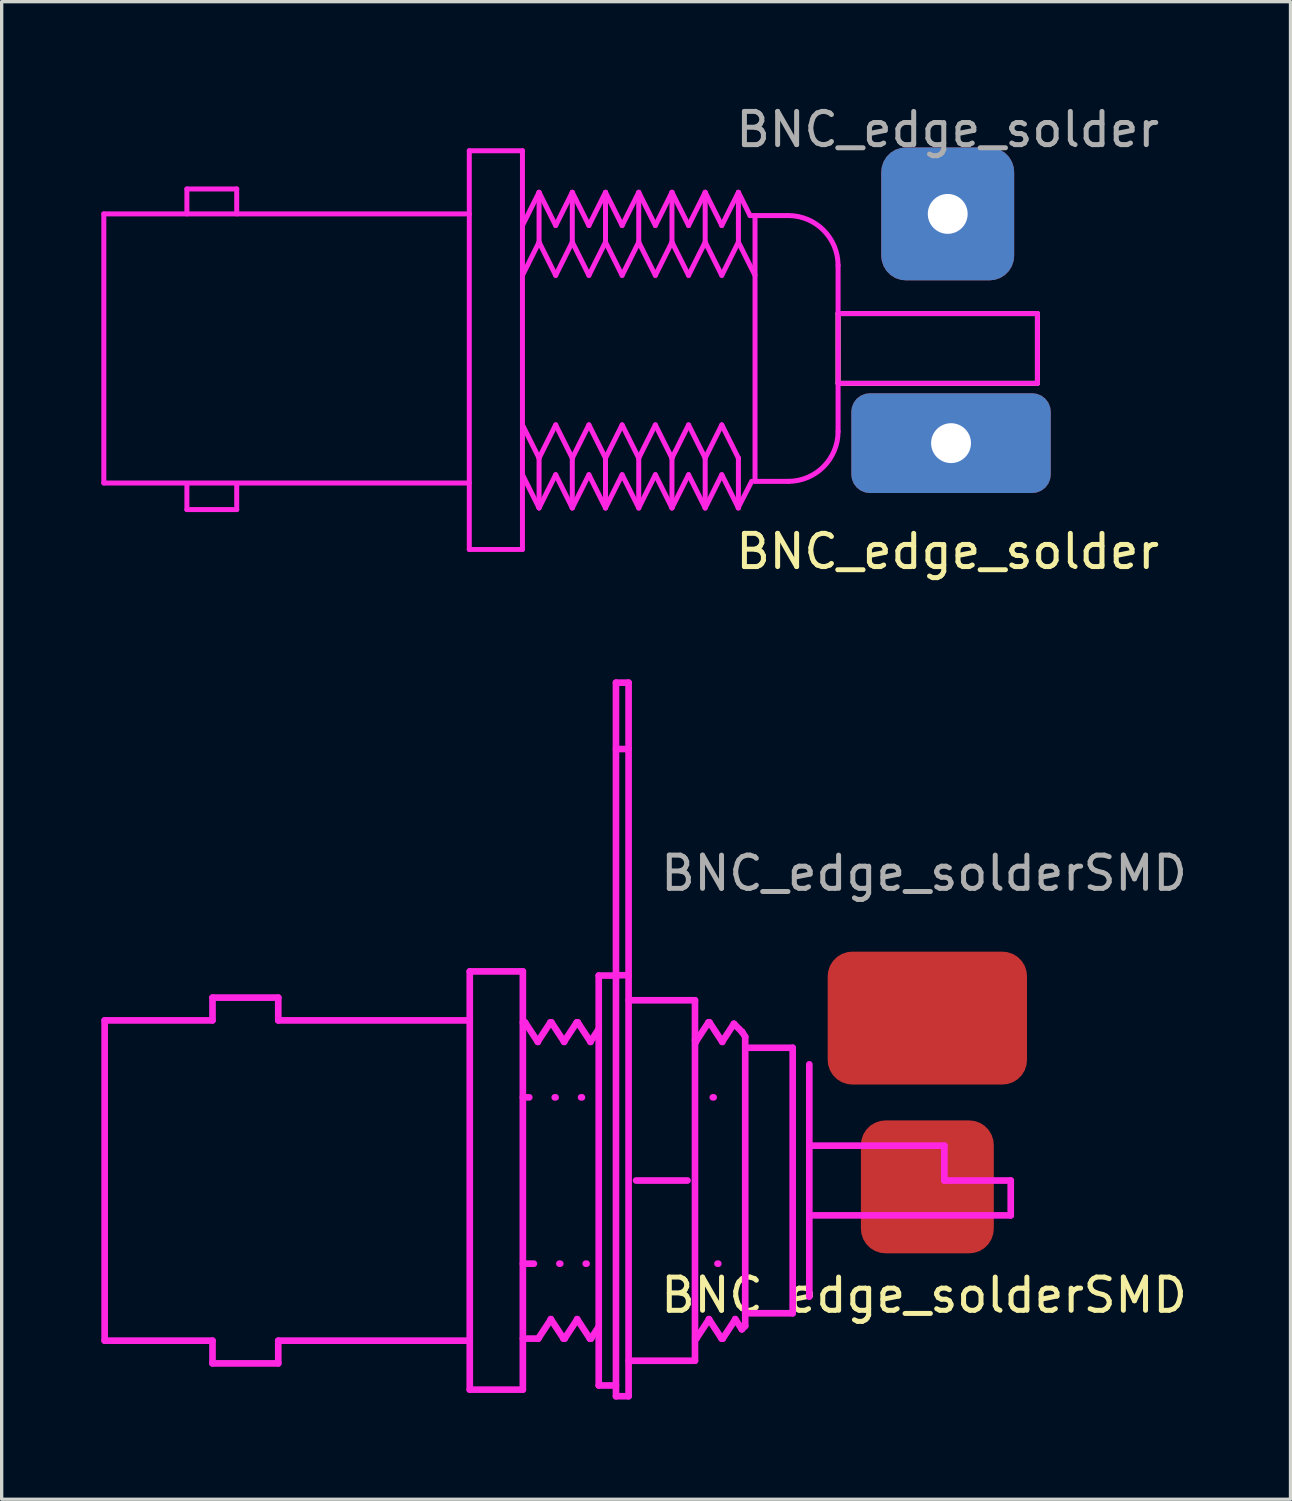
<source format=kicad_pcb>
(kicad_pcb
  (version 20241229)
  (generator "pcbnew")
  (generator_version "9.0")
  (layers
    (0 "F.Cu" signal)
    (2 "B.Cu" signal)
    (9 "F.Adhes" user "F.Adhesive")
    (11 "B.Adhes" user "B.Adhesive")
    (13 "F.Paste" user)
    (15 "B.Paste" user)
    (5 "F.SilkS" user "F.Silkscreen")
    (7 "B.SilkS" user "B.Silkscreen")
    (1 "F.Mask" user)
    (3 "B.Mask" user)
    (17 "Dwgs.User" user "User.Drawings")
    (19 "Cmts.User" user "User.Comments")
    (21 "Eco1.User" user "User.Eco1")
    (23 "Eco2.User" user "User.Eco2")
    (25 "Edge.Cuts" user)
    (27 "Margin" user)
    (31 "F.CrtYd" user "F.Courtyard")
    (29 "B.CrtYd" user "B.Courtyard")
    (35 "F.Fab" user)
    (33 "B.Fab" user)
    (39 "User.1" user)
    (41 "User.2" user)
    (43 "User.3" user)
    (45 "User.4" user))
  (footprint "BNC_edge_solderSMD"
    (layer "F.Cu")
    (at 24.862 32.673)
    (property "Reference" "BNC_edge_solderSMD" (at -0.1 3.26 0) (layer "F.SilkS") (effects (font (size 1 1) (thickness 0.15))))
    (attr smd)
    (fp_line (start -24.762 -5.011) (end -24.762 4.629) (stroke (width 0.2) (type solid)) (layer "F.CrtYd"))
    (fp_line (start -21.516 -5.696) (end -19.537 -5.696) (stroke (width 0.2) (type solid)) (layer "F.CrtYd"))
    (fp_line (start -21.516 -5.011) (end -24.762 -5.011) (stroke (width 0.2) (type solid)) (layer "F.CrtYd"))
    (fp_line (start -21.516 -5.011) (end -21.516 -5.696) (stroke (width 0.2) (type solid)) (layer "F.CrtYd"))
    (fp_line (start -21.516 4.629) (end -24.762 4.629) (stroke (width 0.2) (type solid)) (layer "F.CrtYd"))
    (fp_line (start -21.516 5.313) (end -21.516 4.629) (stroke (width 0.2) (type solid)) (layer "F.CrtYd"))
    (fp_line (start -21.516 5.313) (end -19.537 5.313) (stroke (width 0.2) (type solid)) (layer "F.CrtYd"))
    (fp_line (start -19.537 -5.011) (end -19.537 -5.696) (stroke (width 0.2) (type solid)) (layer "F.CrtYd"))
    (fp_line (start -19.537 5.313) (end -19.537 4.629) (stroke (width 0.2) (type solid)) (layer "F.CrtYd"))
    (fp_line (start -13.773 -5.011) (end -19.537 -5.011) (stroke (width 0.2) (type solid)) (layer "F.CrtYd"))
    (fp_line (start -13.773 4.629) (end -19.537 4.629) (stroke (width 0.2) (type solid)) (layer "F.CrtYd"))
    (fp_line (start -13.773 6.103) (end -13.773 -6.485) (stroke (width 0.2) (type solid)) (layer "F.CrtYd"))
    (fp_line (start -12.175 -6.485) (end -13.773 -6.485) (stroke (width 0.2) (type solid)) (layer "F.CrtYd"))
    (fp_line (start -12.175 6.103) (end -13.773 6.103) (stroke (width 0.2) (type solid)) (layer "F.CrtYd"))
    (fp_line (start -12.175 6.103) (end -12.175 -6.485) (stroke (width 0.2) (type solid)) (layer "F.CrtYd"))
    (fp_line (start -12.111 -4.949) (end -12.106 -4.945) (stroke (width 0.2) (type solid)) (layer "F.CrtYd"))
    (fp_line (start -12.111 -4.949) (end -12.175 -4.949) (stroke (width 0.2) (type solid)) (layer "F.CrtYd"))
    (fp_line (start -11.982 -2.694) (end -12.175 -2.694) (stroke (width 0.2) (type solid)) (layer "F.CrtYd"))
    (fp_line (start -11.842 2.312) (end -12.175 2.312) (stroke (width 0.2) (type solid)) (layer "F.CrtYd"))
    (fp_line (start -11.721 -4.361) (end -12.106 -4.945) (stroke (width 0.2) (type solid)) (layer "F.CrtYd"))
    (fp_line (start -11.714 4.567) (end -12.175 4.567) (stroke (width 0.2) (type solid)) (layer "F.CrtYd"))
    (fp_line (start -11.714 4.567) (end -11.709 4.563) (stroke (width 0.2) (type solid)) (layer "F.CrtYd"))
    (fp_line (start -11.709 4.563) (end -11.328 3.984) (stroke (width 0.2) (type solid)) (layer "F.CrtYd"))
    (fp_line (start -11.348 -4.945) (end -11.729 -4.366) (stroke (width 0.2) (type solid)) (layer "F.CrtYd"))
    (fp_line (start -11.343 -4.949) (end -11.348 -4.945) (stroke (width 0.2) (type solid)) (layer "F.CrtYd"))
    (fp_line (start -11.336 3.979) (end -10.952 4.563) (stroke (width 0.2) (type solid)) (layer "F.CrtYd"))
    (fp_line (start -11.318 -4.949) (end -11.343 -4.949) (stroke (width 0.2) (type solid)) (layer "F.CrtYd"))
    (fp_line (start -11.318 -4.949) (end -11.313 -4.945) (stroke (width 0.2) (type solid)) (layer "F.CrtYd"))
    (fp_line (start -11.189 -2.694) (end -11.215 -2.694) (stroke (width 0.2) (type solid)) (layer "F.CrtYd"))
    (fp_line (start -11.05 2.312) (end -11.075 2.312) (stroke (width 0.2) (type solid)) (layer "F.CrtYd"))
    (fp_line (start -10.947 4.567) (end -10.952 4.563) (stroke (width 0.2) (type solid)) (layer "F.CrtYd"))
    (fp_line (start -10.928 -4.361) (end -11.313 -4.945) (stroke (width 0.2) (type solid)) (layer "F.CrtYd"))
    (fp_line (start -10.921 4.567) (end -10.947 4.567) (stroke (width 0.2) (type solid)) (layer "F.CrtYd"))
    (fp_line (start -10.921 4.567) (end -10.916 4.563) (stroke (width 0.2) (type solid)) (layer "F.CrtYd"))
    (fp_line (start -10.916 4.563) (end -10.535 3.984) (stroke (width 0.2) (type solid)) (layer "F.CrtYd"))
    (fp_line (start -10.555 -4.945) (end -10.936 -4.366) (stroke (width 0.2) (type solid)) (layer "F.CrtYd"))
    (fp_line (start -10.55 -4.949) (end -10.555 -4.945) (stroke (width 0.2) (type solid)) (layer "F.CrtYd"))
    (fp_line (start -10.543 3.979) (end -10.159 4.563) (stroke (width 0.2) (type solid)) (layer "F.CrtYd"))
    (fp_line (start -10.525 -4.949) (end -10.55 -4.949) (stroke (width 0.2) (type solid)) (layer "F.CrtYd"))
    (fp_line (start -10.525 -4.949) (end -10.52 -4.945) (stroke (width 0.2) (type solid)) (layer "F.CrtYd"))
    (fp_line (start -10.396 -2.694) (end -10.422 -2.694) (stroke (width 0.2) (type solid)) (layer "F.CrtYd"))
    (fp_line (start -10.257 2.312) (end -10.282 2.312) (stroke (width 0.2) (type solid)) (layer "F.CrtYd"))
    (fp_line (start -10.154 4.567) (end -10.159 4.563) (stroke (width 0.2) (type solid)) (layer "F.CrtYd"))
    (fp_line (start -10.135 -4.361) (end -10.52 -4.945) (stroke (width 0.2) (type solid)) (layer "F.CrtYd"))
    (fp_line (start -10.128 4.567) (end -10.154 4.567) (stroke (width 0.2) (type solid)) (layer "F.CrtYd"))
    (fp_line (start -10.128 4.567) (end -10.123 4.563) (stroke (width 0.2) (type solid)) (layer "F.CrtYd"))
    (fp_line (start -10.123 4.563) (end -9.891 4.21) (stroke (width 0.2) (type solid)) (layer "F.CrtYd"))
    (fp_line (start -9.891 -4.749) (end -10.143 -4.366) (stroke (width 0.2) (type solid)) (layer "F.CrtYd"))
    (fp_line (start -9.891 -6.36) (end -9.372 -6.36) (stroke (width 0.2) (type solid)) (layer "F.CrtYd"))
    (fp_line (start -9.891 -6.36) (end -9.891 5.978) (stroke (width 0.2) (type solid)) (layer "F.CrtYd"))
    (fp_line (start -9.891 5.978) (end -9.372 5.978) (stroke (width 0.2) (type solid)) (layer "F.CrtYd"))
    (fp_line (start -9.372 -15.176) (end -9.372 6.302) (stroke (width 0.2) (type solid)) (layer "F.CrtYd"))
    (fp_line (start -8.992 -15.176) (end -9.372 -15.176) (stroke (width 0.2) (type solid)) (layer "F.CrtYd"))
    (fp_line (start -8.992 -15.176) (end -8.992 6.302) (stroke (width 0.2) (type solid)) (layer "F.CrtYd"))
    (fp_line (start -8.992 -13.178) (end -9.372 -13.178) (stroke (width 0.2) (type solid)) (layer "F.CrtYd"))
    (fp_line (start -8.992 -6.37) (end -9.372 -6.37) (stroke (width 0.2) (type solid)) (layer "F.CrtYd"))
    (fp_line (start -8.992 -5.616) (end -6.994 -5.616) (stroke (width 0.2) (type solid)) (layer "F.CrtYd"))
    (fp_line (start -8.992 5.233) (end -6.994 5.233) (stroke (width 0.2) (type solid)) (layer "F.CrtYd"))
    (fp_line (start -8.992 6.302) (end -9.372 6.302) (stroke (width 0.2) (type solid)) (layer "F.CrtYd"))
    (fp_line (start -8.767 -0.191) (end -7.219 -0.191) (stroke (width 0.2) (type solid)) (layer "F.CrtYd"))
    (fp_line (start -6.994 5.233) (end -6.994 -5.616) (stroke (width 0.2) (type solid)) (layer "F.CrtYd"))
    (fp_line (start -6.982 4.567) (end -6.987 4.563) (stroke (width 0.2) (type solid)) (layer "F.CrtYd"))
    (fp_line (start -6.963 -4.361) (end -6.994 -4.408) (stroke (width 0.2) (type solid)) (layer "F.CrtYd"))
    (fp_line (start -6.956 4.567) (end -6.982 4.567) (stroke (width 0.2) (type solid)) (layer "F.CrtYd"))
    (fp_line (start -6.956 4.567) (end -6.951 4.563) (stroke (width 0.2) (type solid)) (layer "F.CrtYd"))
    (fp_line (start -6.951 4.563) (end -6.57 3.984) (stroke (width 0.2) (type solid)) (layer "F.CrtYd"))
    (fp_line (start -6.59 -4.945) (end -6.971 -4.366) (stroke (width 0.2) (type solid)) (layer "F.CrtYd"))
    (fp_line (start -6.585 -4.949) (end -6.59 -4.945) (stroke (width 0.2) (type solid)) (layer "F.CrtYd"))
    (fp_line (start -6.578 3.979) (end -6.194 4.563) (stroke (width 0.2) (type solid)) (layer "F.CrtYd"))
    (fp_line (start -6.56 -4.949) (end -6.585 -4.949) (stroke (width 0.2) (type solid)) (layer "F.CrtYd"))
    (fp_line (start -6.56 -4.949) (end -6.555 -4.945) (stroke (width 0.2) (type solid)) (layer "F.CrtYd"))
    (fp_line (start -6.432 -2.694) (end -6.457 -2.694) (stroke (width 0.2) (type solid)) (layer "F.CrtYd"))
    (fp_line (start -6.292 2.312) (end -6.317 2.312) (stroke (width 0.2) (type solid)) (layer "F.CrtYd"))
    (fp_line (start -6.189 4.567) (end -6.194 4.563) (stroke (width 0.2) (type solid)) (layer "F.CrtYd"))
    (fp_line (start -6.17 -4.361) (end -6.555 -4.945) (stroke (width 0.2) (type solid)) (layer "F.CrtYd"))
    (fp_line (start -6.163 4.567) (end -6.189 4.567) (stroke (width 0.2) (type solid)) (layer "F.CrtYd"))
    (fp_line (start -6.163 4.567) (end -6.158 4.563) (stroke (width 0.2) (type solid)) (layer "F.CrtYd"))
    (fp_line (start -6.158 4.563) (end -5.777 3.984) (stroke (width 0.2) (type solid)) (layer "F.CrtYd"))
    (fp_line (start -5.823 -4.906) (end -6.178 -4.366) (stroke (width 0.2) (type solid)) (layer "F.CrtYd"))
    (fp_line (start -5.82 -4.907) (end -5.823 -4.906) (stroke (width 0.2) (type solid)) (layer "F.CrtYd"))
    (fp_line (start -5.785 3.979) (end -5.584 4.284) (stroke (width 0.2) (type solid)) (layer "F.CrtYd"))
    (fp_line (start -5.584 -4.671) (end -5.568 -4.651) (stroke (width 0.2) (type solid)) (layer "F.CrtYd"))
    (fp_line (start -5.584 -4.671) (end -5.82 -4.907) (stroke (width 0.2) (type solid)) (layer "F.CrtYd"))
    (fp_line (start -5.581 4.285) (end -5.584 4.284) (stroke (width 0.2) (type solid)) (layer "F.CrtYd"))
    (fp_line (start -5.482 -4.519) (end -5.568 -4.651) (stroke (width 0.2) (type solid)) (layer "F.CrtYd"))
    (fp_line (start -5.482 4.186) (end -5.581 4.285) (stroke (width 0.2) (type solid)) (layer "F.CrtYd"))
    (fp_line (start -5.482 4.186) (end -5.482 -4.519) (stroke (width 0.2) (type solid)) (layer "F.CrtYd"))
    (fp_line (start -4.053 -4.187) (end -5.482 -4.187) (stroke (width 0.2) (type solid)) (layer "F.CrtYd"))
    (fp_line (start -4.053 3.805) (end -5.482 3.805) (stroke (width 0.2) (type solid)) (layer "F.CrtYd"))
    (fp_line (start -4.053 3.805) (end -4.053 -4.187) (stroke (width 0.2) (type solid)) (layer "F.CrtYd"))
    (fp_line (start -3.553 3.305) (end -3.553 -3.688) (stroke (width 0.2) (type solid)) (layer "F.CrtYd"))
    (fp_line (start 0.512 -1.24) (end -3.553 -1.24) (stroke (width 0.2) (type solid)) (layer "F.CrtYd"))
    (fp_line (start 0.512 -0.191) (end 0.512 -1.24) (stroke (width 0.2) (type solid)) (layer "F.CrtYd"))
    (fp_line (start 2.51 -0.191) (end 0.512 -0.191) (stroke (width 0.2) (type solid)) (layer "F.CrtYd"))
    (fp_line (start 2.51 -0.191) (end 2.51 0.858) (stroke (width 0.2) (type solid)) (layer "F.CrtYd"))
    (fp_line (start 2.51 0.858) (end -3.553 0.858) (stroke (width 0.2) (type solid)) (layer "F.CrtYd"))
    (fp_text user "${REFERENCE}" (at -0.1 -9.44 0) (layer "F.Fab") (effects (font (size 1 1) (thickness 0.15))))
    (pad "1" smd roundrect (at 0 0 90) (size 4 4) (layers "F.Cu" "F.Mask" "F.Paste") (roundrect_rratio 0.185))
    (pad "2" smd roundrect (at 0 -5.08 90) (size 4 6) (layers "F.Cu" "F.Mask" "F.Paste") (roundrect_rratio 0.185)))
  (footprint "BNC_edge_solder"
    (layer "F.Cu")
    (at 25.575 10.288)
    (property "Reference" "BNC_edge_solder" (at -0.1 3.26 0) (layer "F.SilkS") (effects (font (size 1 1) (thickness 0.15))))
    (attr smd)
    (fp_line (start -3.4 -3.9) (end -3.4 -1.8) (stroke (width 0.15) (type solid)) (layer "F.SilkS"))
    (fp_line (start 2.6 -3.9) (end -3.4 -3.9) (stroke (width 0.15) (type solid)) (layer "F.SilkS"))
    (fp_line (start 2.6 -3.9) (end 2.6 -1.8) (stroke (width 0.15) (type solid)) (layer "F.SilkS"))
    (fp_line (start 2.6 -1.8) (end -3.4 -1.8) (stroke (width 0.15) (type solid)) (layer "F.SilkS"))
    (fp_line (start -25.5 -6.9) (end -25.5 1.2) (stroke (width 0.15) (type solid)) (layer "F.CrtYd"))
    (fp_line (start -23 -7.65) (end -21.5 -7.65) (stroke (width 0.15) (type solid)) (layer "F.CrtYd"))
    (fp_line (start -23 -6.9) (end -23 -7.65) (stroke (width 0.15) (type solid)) (layer "F.CrtYd"))
    (fp_line (start -23 2) (end -23 1.25) (stroke (width 0.15) (type solid)) (layer "F.CrtYd"))
    (fp_line (start -21.5 -7.65) (end -21.5 -6.9) (stroke (width 0.15) (type solid)) (layer "F.CrtYd"))
    (fp_line (start -21.5 1.25) (end -21.5 2) (stroke (width 0.15) (type solid)) (layer "F.CrtYd"))
    (fp_line (start -21.5 2) (end -23 2) (stroke (width 0.15) (type solid)) (layer "F.CrtYd"))
    (fp_line (start -14.5 -8.8) (end -12.9 -8.8) (stroke (width 0.15) (type solid)) (layer "F.CrtYd"))
    (fp_line (start -14.5 -6.9) (end -25.5 -6.9) (stroke (width 0.15) (type solid)) (layer "F.CrtYd"))
    (fp_line (start -14.5 1.2) (end -25.5 1.2) (stroke (width 0.15) (type solid)) (layer "F.CrtYd"))
    (fp_line (start -14.5 3.2) (end -14.5 -8.8) (stroke (width 0.15) (type solid)) (layer "F.CrtYd"))
    (fp_line (start -12.9 -8.8) (end -12.9 3.2) (stroke (width 0.15) (type solid)) (layer "F.CrtYd"))
    (fp_line (start -12.9 -6.55) (end -12.4 -7.55) (stroke (width 0.15) (type solid)) (layer "F.CrtYd"))
    (fp_line (start -12.9 -5.05) (end -12.4 -6.05) (stroke (width 0.15) (type solid)) (layer "F.CrtYd"))
    (fp_line (start -12.9 3.2) (end -14.5 3.2) (stroke (width 0.15) (type solid)) (layer "F.CrtYd"))
    (fp_line (start -12.4 -7.55) (end -12.4 -6.05) (stroke (width 0.15) (type solid)) (layer "F.CrtYd"))
    (fp_line (start -12.4 -7.55) (end -11.9 -6.55) (stroke (width 0.15) (type solid)) (layer "F.CrtYd"))
    (fp_line (start -12.4 -6.05) (end -11.9 -5.05) (stroke (width 0.15) (type solid)) (layer "F.CrtYd"))
    (fp_line (start -12.4 0.45) (end -12.9 -0.55) (stroke (width 0.15) (type solid)) (layer "F.CrtYd"))
    (fp_line (start -12.4 1.95) (end -12.9 0.95) (stroke (width 0.15) (type solid)) (layer "F.CrtYd"))
    (fp_line (start -12.4 1.95) (end -12.4 0.45) (stroke (width 0.15) (type solid)) (layer "F.CrtYd"))
    (fp_line (start -11.9 -6.55) (end -11.4 -7.55) (stroke (width 0.15) (type solid)) (layer "F.CrtYd"))
    (fp_line (start -11.9 -5.05) (end -11.4 -6.05) (stroke (width 0.15) (type solid)) (layer "F.CrtYd"))
    (fp_line (start -11.9 -0.55) (end -12.4 0.45) (stroke (width 0.15) (type solid)) (layer "F.CrtYd"))
    (fp_line (start -11.9 0.95) (end -12.4 1.95) (stroke (width 0.15) (type solid)) (layer "F.CrtYd"))
    (fp_line (start -11.4 -7.55) (end -11.4 -6.05) (stroke (width 0.15) (type solid)) (layer "F.CrtYd"))
    (fp_line (start -11.4 -7.55) (end -10.9 -6.55) (stroke (width 0.15) (type solid)) (layer "F.CrtYd"))
    (fp_line (start -11.4 -6.05) (end -10.9 -5.05) (stroke (width 0.15) (type solid)) (layer "F.CrtYd"))
    (fp_line (start -11.4 0.45) (end -11.9 -0.55) (stroke (width 0.15) (type solid)) (layer "F.CrtYd"))
    (fp_line (start -11.4 1.95) (end -11.9 0.95) (stroke (width 0.15) (type solid)) (layer "F.CrtYd"))
    (fp_line (start -11.4 1.95) (end -11.4 0.45) (stroke (width 0.15) (type solid)) (layer "F.CrtYd"))
    (fp_line (start -10.9 -6.55) (end -10.4 -7.55) (stroke (width 0.15) (type solid)) (layer "F.CrtYd"))
    (fp_line (start -10.9 -5.05) (end -10.4 -6.05) (stroke (width 0.15) (type solid)) (layer "F.CrtYd"))
    (fp_line (start -10.9 -0.55) (end -11.4 0.45) (stroke (width 0.15) (type solid)) (layer "F.CrtYd"))
    (fp_line (start -10.9 0.95) (end -11.4 1.95) (stroke (width 0.15) (type solid)) (layer "F.CrtYd"))
    (fp_line (start -10.4 -7.55) (end -10.4 -6.05) (stroke (width 0.15) (type solid)) (layer "F.CrtYd"))
    (fp_line (start -10.4 -7.55) (end -9.9 -6.55) (stroke (width 0.15) (type solid)) (layer "F.CrtYd"))
    (fp_line (start -10.4 -6.05) (end -9.9 -5.05) (stroke (width 0.15) (type solid)) (layer "F.CrtYd"))
    (fp_line (start -10.4 0.45) (end -10.9 -0.55) (stroke (width 0.15) (type solid)) (layer "F.CrtYd"))
    (fp_line (start -10.4 1.95) (end -10.9 0.95) (stroke (width 0.15) (type solid)) (layer "F.CrtYd"))
    (fp_line (start -10.4 1.95) (end -10.4 0.45) (stroke (width 0.15) (type solid)) (layer "F.CrtYd"))
    (fp_line (start -9.9 -6.55) (end -9.4 -7.55) (stroke (width 0.15) (type solid)) (layer "F.CrtYd"))
    (fp_line (start -9.9 -5.05) (end -9.4 -6.05) (stroke (width 0.15) (type solid)) (layer "F.CrtYd"))
    (fp_line (start -9.9 -0.55) (end -10.4 0.45) (stroke (width 0.15) (type solid)) (layer "F.CrtYd"))
    (fp_line (start -9.9 0.95) (end -10.4 1.95) (stroke (width 0.15) (type solid)) (layer "F.CrtYd"))
    (fp_line (start -9.4 -7.55) (end -9.4 -6.05) (stroke (width 0.15) (type solid)) (layer "F.CrtYd"))
    (fp_line (start -9.4 -7.55) (end -8.9 -6.55) (stroke (width 0.15) (type solid)) (layer "F.CrtYd"))
    (fp_line (start -9.4 -6.05) (end -8.9 -5.05) (stroke (width 0.15) (type solid)) (layer "F.CrtYd"))
    (fp_line (start -9.4 0.45) (end -9.9 -0.55) (stroke (width 0.15) (type solid)) (layer "F.CrtYd"))
    (fp_line (start -9.4 1.95) (end -9.9 0.95) (stroke (width 0.15) (type solid)) (layer "F.CrtYd"))
    (fp_line (start -9.4 1.95) (end -9.4 0.45) (stroke (width 0.15) (type solid)) (layer "F.CrtYd"))
    (fp_line (start -8.9 -6.55) (end -8.4 -7.55) (stroke (width 0.15) (type solid)) (layer "F.CrtYd"))
    (fp_line (start -8.9 -5.05) (end -8.4 -6.05) (stroke (width 0.15) (type solid)) (layer "F.CrtYd"))
    (fp_line (start -8.9 -0.55) (end -9.4 0.45) (stroke (width 0.15) (type solid)) (layer "F.CrtYd"))
    (fp_line (start -8.9 0.95) (end -9.4 1.95) (stroke (width 0.15) (type solid)) (layer "F.CrtYd"))
    (fp_line (start -8.4 -7.55) (end -8.4 -6.05) (stroke (width 0.15) (type solid)) (layer "F.CrtYd"))
    (fp_line (start -8.4 -7.55) (end -7.9 -6.55) (stroke (width 0.15) (type solid)) (layer "F.CrtYd"))
    (fp_line (start -8.4 -6.05) (end -7.9 -5.05) (stroke (width 0.15) (type solid)) (layer "F.CrtYd"))
    (fp_line (start -8.4 0.45) (end -8.9 -0.55) (stroke (width 0.15) (type solid)) (layer "F.CrtYd"))
    (fp_line (start -8.4 1.95) (end -8.9 0.95) (stroke (width 0.15) (type solid)) (layer "F.CrtYd"))
    (fp_line (start -8.4 1.95) (end -8.4 0.45) (stroke (width 0.15) (type solid)) (layer "F.CrtYd"))
    (fp_line (start -7.9 -6.55) (end -7.4 -7.55) (stroke (width 0.15) (type solid)) (layer "F.CrtYd"))
    (fp_line (start -7.9 -5.05) (end -7.4 -6.05) (stroke (width 0.15) (type solid)) (layer "F.CrtYd"))
    (fp_line (start -7.9 -0.55) (end -8.4 0.45) (stroke (width 0.15) (type solid)) (layer "F.CrtYd"))
    (fp_line (start -7.9 0.95) (end -8.4 1.95) (stroke (width 0.15) (type solid)) (layer "F.CrtYd"))
    (fp_line (start -7.4 -7.55) (end -7.4 -6.05) (stroke (width 0.15) (type solid)) (layer "F.CrtYd"))
    (fp_line (start -7.4 -7.55) (end -6.9 -6.55) (stroke (width 0.15) (type solid)) (layer "F.CrtYd"))
    (fp_line (start -7.4 -6.05) (end -6.9 -5.05) (stroke (width 0.15) (type solid)) (layer "F.CrtYd"))
    (fp_line (start -7.4 0.45) (end -7.9 -0.55) (stroke (width 0.15) (type solid)) (layer "F.CrtYd"))
    (fp_line (start -7.4 1.95) (end -7.9 0.95) (stroke (width 0.15) (type solid)) (layer "F.CrtYd"))
    (fp_line (start -7.4 1.95) (end -7.4 0.45) (stroke (width 0.15) (type solid)) (layer "F.CrtYd"))
    (fp_line (start -6.9 -6.55) (end -6.4 -7.55) (stroke (width 0.15) (type solid)) (layer "F.CrtYd"))
    (fp_line (start -6.9 -5.05) (end -6.4 -6.05) (stroke (width 0.15) (type solid)) (layer "F.CrtYd"))
    (fp_line (start -6.9 -0.55) (end -7.4 0.45) (stroke (width 0.15) (type solid)) (layer "F.CrtYd"))
    (fp_line (start -6.9 0.95) (end -7.4 1.95) (stroke (width 0.15) (type solid)) (layer "F.CrtYd"))
    (fp_line (start -6.409 1.946) (end -6 1.15) (stroke (width 0.15) (type solid)) (layer "F.CrtYd"))
    (fp_line (start -6.4 -7.55) (end -6.4 -6.05) (stroke (width 0.15) (type solid)) (layer "F.CrtYd"))
    (fp_line (start -6.4 -7.55) (end -6.05 -6.85) (stroke (width 0.15) (type solid)) (layer "F.CrtYd"))
    (fp_line (start -6.4 -6.05) (end -5.9 -5.05) (stroke (width 0.15) (type solid)) (layer "F.CrtYd"))
    (fp_line (start -6.4 0.45) (end -6.9 -0.55) (stroke (width 0.15) (type solid)) (layer "F.CrtYd"))
    (fp_line (start -6.4 1.95) (end -6.9 0.95) (stroke (width 0.15) (type solid)) (layer "F.CrtYd"))
    (fp_line (start -6.4 1.95) (end -6.4 0.45) (stroke (width 0.15) (type solid)) (layer "F.CrtYd"))
    (fp_line (start -5.9 -6.85) (end -5.9 1.15) (stroke (width 0.15) (type solid)) (layer "F.CrtYd"))
    (fp_line (start -4.9 -6.85) (end -6.05 -6.85) (stroke (width 0.15) (type solid)) (layer "F.CrtYd"))
    (fp_line (start -4.9 1.15) (end -5.9 1.15) (stroke (width 0.15) (type solid)) (layer "F.CrtYd"))
    (fp_line (start -3.4 -3.9) (end 2.6 -3.9) (stroke (width 0.15) (type solid)) (layer "F.CrtYd"))
    (fp_line (start -3.4 -2.85) (end -3.4 -5.35) (stroke (width 0.15) (type solid)) (layer "F.CrtYd"))
    (fp_line (start -3.4 -0.35) (end -3.4 -2.85) (stroke (width 0.15) (type solid)) (layer "F.CrtYd"))
    (fp_line (start 2.6 -3.9) (end 2.6 -1.8) (stroke (width 0.15) (type solid)) (layer "F.CrtYd"))
    (fp_line (start 2.6 -1.8) (end -3.4 -1.8) (stroke (width 0.15) (type solid)) (layer "F.CrtYd"))
    (fp_arc (start -4.9 -6.85) (mid -3.83934 -6.41066) (end -3.4 -5.35) (stroke (width 0.15) (type solid)) (layer "F.CrtYd"))
    (fp_arc (start -3.4 -0.35) (mid -3.83934 0.71066) (end -4.9 1.15) (stroke (width 0.15) (type solid)) (layer "F.CrtYd"))
    (fp_text user "${REFERENCE}" (at -0.1 -9.44 0) (layer "F.Fab") (effects (font (size 1 1) (thickness 0.15))))
    (pad "1" thru_hole roundrect (at 0 0 90) (size 3 6) (drill 1.2) (layers "*.Cu" "*.Mask") (roundrect_rratio 0.185))
    (pad "2" thru_hole roundrect (at -0.1 -6.9 90) (size 4 4) (drill 1.2) (layers "*.Cu" "*.Mask") (roundrect_rratio 0.185)))
  (gr_rect
    (start -3 -3)
    (end 35.792 42.075)
    (stroke (width 0.1) (type default))
    (fill no)
    (layer "Edge.Cuts")))
</source>
